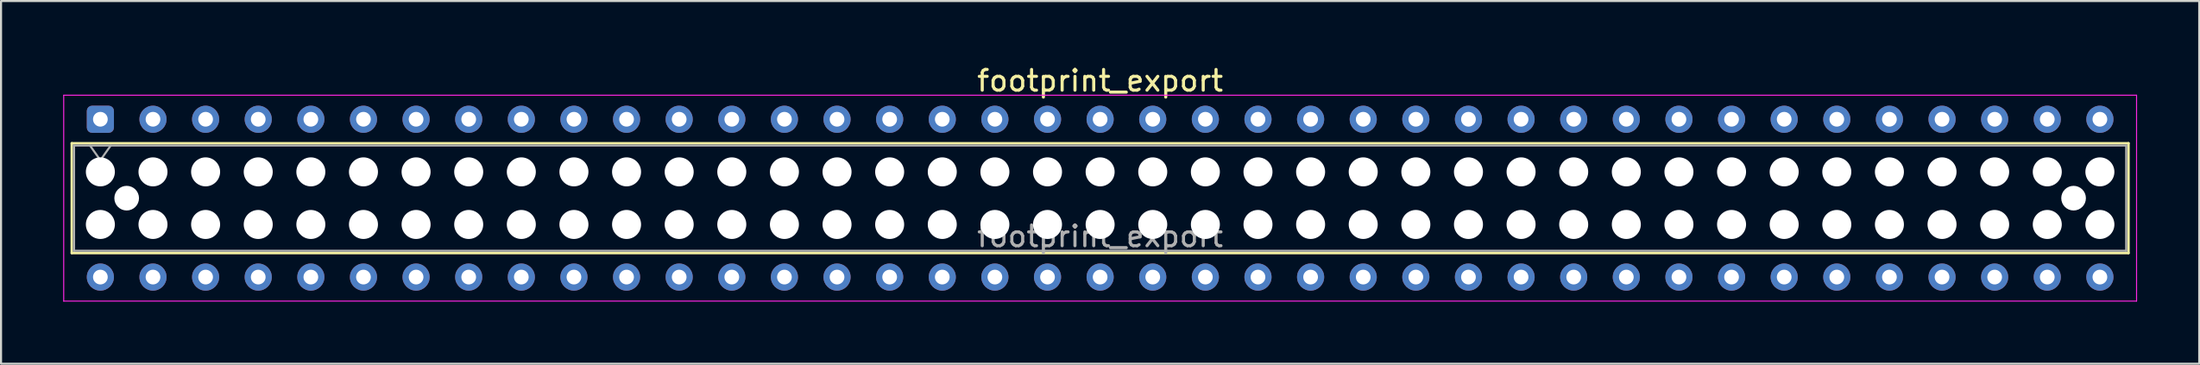
<source format=kicad_pcb>
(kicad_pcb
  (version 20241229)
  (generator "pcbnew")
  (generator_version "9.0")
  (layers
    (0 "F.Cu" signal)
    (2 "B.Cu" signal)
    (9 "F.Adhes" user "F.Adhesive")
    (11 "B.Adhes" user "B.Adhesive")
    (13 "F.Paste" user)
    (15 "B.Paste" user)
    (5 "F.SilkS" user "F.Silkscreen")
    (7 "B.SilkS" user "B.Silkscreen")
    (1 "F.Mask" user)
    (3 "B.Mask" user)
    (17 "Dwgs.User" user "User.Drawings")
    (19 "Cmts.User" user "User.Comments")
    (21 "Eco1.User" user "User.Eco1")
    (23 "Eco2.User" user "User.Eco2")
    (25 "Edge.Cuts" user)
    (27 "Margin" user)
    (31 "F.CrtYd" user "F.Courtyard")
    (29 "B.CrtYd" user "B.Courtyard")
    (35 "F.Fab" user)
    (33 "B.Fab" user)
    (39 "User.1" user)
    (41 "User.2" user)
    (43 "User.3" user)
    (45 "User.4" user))
  (footprint "footprint_export"
    (layer "F.Cu")
    (at 1.795 2.708)
    (property "Reference" "footprint_export" (at 48.26 -1.86 0) (layer "F.SilkS") (effects (font (size 1 1) (thickness 0.15))))
    (attr through_hole)
    (fp_line (start -1.38 1.16) (end 97.9 1.16) (stroke (width 0.12) (type solid)) (layer "F.SilkS"))
    (fp_line (start -1.38 6.46) (end -1.38 1.16) (stroke (width 0.12) (type solid)) (layer "F.SilkS"))
    (fp_line (start 97.9 1.16) (end 97.9 6.46) (stroke (width 0.12) (type solid)) (layer "F.SilkS"))
    (fp_line (start 97.9 6.46) (end -1.38 6.46) (stroke (width 0.12) (type solid)) (layer "F.SilkS"))
    (fp_line (start -1.77 -1.16) (end 98.29 -1.16) (stroke (width 0.05) (type solid)) (layer "F.CrtYd"))
    (fp_line (start -1.77 8.78) (end -1.77 -1.16) (stroke (width 0.05) (type solid)) (layer "F.CrtYd"))
    (fp_line (start 98.29 -1.16) (end 98.29 8.78) (stroke (width 0.05) (type solid)) (layer "F.CrtYd"))
    (fp_line (start 98.29 8.78) (end -1.77 8.78) (stroke (width 0.05) (type solid)) (layer "F.CrtYd"))
    (fp_line (start -1.27 1.27) (end 97.79 1.27) (stroke (width 0.1) (type solid)) (layer "F.Fab"))
    (fp_line (start -1.27 6.35) (end -1.27 1.27) (stroke (width 0.1) (type solid)) (layer "F.Fab"))
    (fp_line (start -0.5 1.27) (end 0 1.977) (stroke (width 0.1) (type solid)) (layer "F.Fab"))
    (fp_line (start 0 1.977) (end 0.5 1.27) (stroke (width 0.1) (type solid)) (layer "F.Fab"))
    (fp_line (start 97.79 1.27) (end 97.79 6.35) (stroke (width 0.1) (type solid)) (layer "F.Fab"))
    (fp_line (start 97.79 6.35) (end -1.27 6.35) (stroke (width 0.1) (type solid)) (layer "F.Fab"))
    (fp_text user "${REFERENCE}" (at 48.26 5.65 0) (layer "F.Fab") (effects (font (size 1 1) (thickness 0.15))))
    (pad "" np_thru_hole circle (at 0 2.54) (size 1.4 1.4) (drill 1.4) (layers "*.Cu" "*.Mask"))
    (pad "" np_thru_hole circle (at 0 5.08) (size 1.4 1.4) (drill 1.4) (layers "*.Cu" "*.Mask"))
    (pad "" np_thru_hole circle (at 1.27 3.81) (size 1.19 1.19) (drill 1.19) (layers "*.Cu" "*.Mask"))
    (pad "" np_thru_hole circle (at 2.54 2.54) (size 1.4 1.4) (drill 1.4) (layers "*.Cu" "*.Mask"))
    (pad "" np_thru_hole circle (at 2.54 5.08) (size 1.4 1.4) (drill 1.4) (layers "*.Cu" "*.Mask"))
    (pad "" np_thru_hole circle (at 5.08 2.54) (size 1.4 1.4) (drill 1.4) (layers "*.Cu" "*.Mask"))
    (pad "" np_thru_hole circle (at 5.08 5.08) (size 1.4 1.4) (drill 1.4) (layers "*.Cu" "*.Mask"))
    (pad "" np_thru_hole circle (at 7.62 2.54) (size 1.4 1.4) (drill 1.4) (layers "*.Cu" "*.Mask"))
    (pad "" np_thru_hole circle (at 7.62 5.08) (size 1.4 1.4) (drill 1.4) (layers "*.Cu" "*.Mask"))
    (pad "" np_thru_hole circle (at 10.16 2.54) (size 1.4 1.4) (drill 1.4) (layers "*.Cu" "*.Mask"))
    (pad "" np_thru_hole circle (at 10.16 5.08) (size 1.4 1.4) (drill 1.4) (layers "*.Cu" "*.Mask"))
    (pad "" np_thru_hole circle (at 12.7 2.54) (size 1.4 1.4) (drill 1.4) (layers "*.Cu" "*.Mask"))
    (pad "" np_thru_hole circle (at 12.7 5.08) (size 1.4 1.4) (drill 1.4) (layers "*.Cu" "*.Mask"))
    (pad "" np_thru_hole circle (at 15.24 2.54) (size 1.4 1.4) (drill 1.4) (layers "*.Cu" "*.Mask"))
    (pad "" np_thru_hole circle (at 15.24 5.08) (size 1.4 1.4) (drill 1.4) (layers "*.Cu" "*.Mask"))
    (pad "" np_thru_hole circle (at 17.78 2.54) (size 1.4 1.4) (drill 1.4) (layers "*.Cu" "*.Mask"))
    (pad "" np_thru_hole circle (at 17.78 5.08) (size 1.4 1.4) (drill 1.4) (layers "*.Cu" "*.Mask"))
    (pad "" np_thru_hole circle (at 20.32 2.54) (size 1.4 1.4) (drill 1.4) (layers "*.Cu" "*.Mask"))
    (pad "" np_thru_hole circle (at 20.32 5.08) (size 1.4 1.4) (drill 1.4) (layers "*.Cu" "*.Mask"))
    (pad "" np_thru_hole circle (at 22.86 2.54) (size 1.4 1.4) (drill 1.4) (layers "*.Cu" "*.Mask"))
    (pad "" np_thru_hole circle (at 22.86 5.08) (size 1.4 1.4) (drill 1.4) (layers "*.Cu" "*.Mask"))
    (pad "" np_thru_hole circle (at 25.4 2.54) (size 1.4 1.4) (drill 1.4) (layers "*.Cu" "*.Mask"))
    (pad "" np_thru_hole circle (at 25.4 5.08) (size 1.4 1.4) (drill 1.4) (layers "*.Cu" "*.Mask"))
    (pad "" np_thru_hole circle (at 27.94 2.54) (size 1.4 1.4) (drill 1.4) (layers "*.Cu" "*.Mask"))
    (pad "" np_thru_hole circle (at 27.94 5.08) (size 1.4 1.4) (drill 1.4) (layers "*.Cu" "*.Mask"))
    (pad "" np_thru_hole circle (at 30.48 2.54) (size 1.4 1.4) (drill 1.4) (layers "*.Cu" "*.Mask"))
    (pad "" np_thru_hole circle (at 30.48 5.08) (size 1.4 1.4) (drill 1.4) (layers "*.Cu" "*.Mask"))
    (pad "" np_thru_hole circle (at 33.02 2.54) (size 1.4 1.4) (drill 1.4) (layers "*.Cu" "*.Mask"))
    (pad "" np_thru_hole circle (at 33.02 5.08) (size 1.4 1.4) (drill 1.4) (layers "*.Cu" "*.Mask"))
    (pad "" np_thru_hole circle (at 35.56 2.54) (size 1.4 1.4) (drill 1.4) (layers "*.Cu" "*.Mask"))
    (pad "" np_thru_hole circle (at 35.56 5.08) (size 1.4 1.4) (drill 1.4) (layers "*.Cu" "*.Mask"))
    (pad "" np_thru_hole circle (at 38.1 2.54) (size 1.4 1.4) (drill 1.4) (layers "*.Cu" "*.Mask"))
    (pad "" np_thru_hole circle (at 38.1 5.08) (size 1.4 1.4) (drill 1.4) (layers "*.Cu" "*.Mask"))
    (pad "" np_thru_hole circle (at 40.64 2.54) (size 1.4 1.4) (drill 1.4) (layers "*.Cu" "*.Mask"))
    (pad "" np_thru_hole circle (at 40.64 5.08) (size 1.4 1.4) (drill 1.4) (layers "*.Cu" "*.Mask"))
    (pad "" np_thru_hole circle (at 43.18 2.54) (size 1.4 1.4) (drill 1.4) (layers "*.Cu" "*.Mask"))
    (pad "" np_thru_hole circle (at 43.18 5.08) (size 1.4 1.4) (drill 1.4) (layers "*.Cu" "*.Mask"))
    (pad "" np_thru_hole circle (at 45.72 2.54) (size 1.4 1.4) (drill 1.4) (layers "*.Cu" "*.Mask"))
    (pad "" np_thru_hole circle (at 45.72 5.08) (size 1.4 1.4) (drill 1.4) (layers "*.Cu" "*.Mask"))
    (pad "" np_thru_hole circle (at 48.26 2.54) (size 1.4 1.4) (drill 1.4) (layers "*.Cu" "*.Mask"))
    (pad "" np_thru_hole circle (at 48.26 5.08) (size 1.4 1.4) (drill 1.4) (layers "*.Cu" "*.Mask"))
    (pad "" np_thru_hole circle (at 50.8 2.54) (size 1.4 1.4) (drill 1.4) (layers "*.Cu" "*.Mask"))
    (pad "" np_thru_hole circle (at 50.8 5.08) (size 1.4 1.4) (drill 1.4) (layers "*.Cu" "*.Mask"))
    (pad "" np_thru_hole circle (at 53.34 2.54) (size 1.4 1.4) (drill 1.4) (layers "*.Cu" "*.Mask"))
    (pad "" np_thru_hole circle (at 53.34 5.08) (size 1.4 1.4) (drill 1.4) (layers "*.Cu" "*.Mask"))
    (pad "" np_thru_hole circle (at 55.88 2.54) (size 1.4 1.4) (drill 1.4) (layers "*.Cu" "*.Mask"))
    (pad "" np_thru_hole circle (at 55.88 5.08) (size 1.4 1.4) (drill 1.4) (layers "*.Cu" "*.Mask"))
    (pad "" np_thru_hole circle (at 58.42 2.54) (size 1.4 1.4) (drill 1.4) (layers "*.Cu" "*.Mask"))
    (pad "" np_thru_hole circle (at 58.42 5.08) (size 1.4 1.4) (drill 1.4) (layers "*.Cu" "*.Mask"))
    (pad "" np_thru_hole circle (at 60.96 2.54) (size 1.4 1.4) (drill 1.4) (layers "*.Cu" "*.Mask"))
    (pad "" np_thru_hole circle (at 60.96 5.08) (size 1.4 1.4) (drill 1.4) (layers "*.Cu" "*.Mask"))
    (pad "" np_thru_hole circle (at 63.5 2.54) (size 1.4 1.4) (drill 1.4) (layers "*.Cu" "*.Mask"))
    (pad "" np_thru_hole circle (at 63.5 5.08) (size 1.4 1.4) (drill 1.4) (layers "*.Cu" "*.Mask"))
    (pad "" np_thru_hole circle (at 66.04 2.54) (size 1.4 1.4) (drill 1.4) (layers "*.Cu" "*.Mask"))
    (pad "" np_thru_hole circle (at 66.04 5.08) (size 1.4 1.4) (drill 1.4) (layers "*.Cu" "*.Mask"))
    (pad "" np_thru_hole circle (at 68.58 2.54) (size 1.4 1.4) (drill 1.4) (layers "*.Cu" "*.Mask"))
    (pad "" np_thru_hole circle (at 68.58 5.08) (size 1.4 1.4) (drill 1.4) (layers "*.Cu" "*.Mask"))
    (pad "" np_thru_hole circle (at 71.12 2.54) (size 1.4 1.4) (drill 1.4) (layers "*.Cu" "*.Mask"))
    (pad "" np_thru_hole circle (at 71.12 5.08) (size 1.4 1.4) (drill 1.4) (layers "*.Cu" "*.Mask"))
    (pad "" np_thru_hole circle (at 73.66 2.54) (size 1.4 1.4) (drill 1.4) (layers "*.Cu" "*.Mask"))
    (pad "" np_thru_hole circle (at 73.66 5.08) (size 1.4 1.4) (drill 1.4) (layers "*.Cu" "*.Mask"))
    (pad "" np_thru_hole circle (at 76.2 2.54) (size 1.4 1.4) (drill 1.4) (layers "*.Cu" "*.Mask"))
    (pad "" np_thru_hole circle (at 76.2 5.08) (size 1.4 1.4) (drill 1.4) (layers "*.Cu" "*.Mask"))
    (pad "" np_thru_hole circle (at 78.74 2.54) (size 1.4 1.4) (drill 1.4) (layers "*.Cu" "*.Mask"))
    (pad "" np_thru_hole circle (at 78.74 5.08) (size 1.4 1.4) (drill 1.4) (layers "*.Cu" "*.Mask"))
    (pad "" np_thru_hole circle (at 81.28 2.54) (size 1.4 1.4) (drill 1.4) (layers "*.Cu" "*.Mask"))
    (pad "" np_thru_hole circle (at 81.28 5.08) (size 1.4 1.4) (drill 1.4) (layers "*.Cu" "*.Mask"))
    (pad "" np_thru_hole circle (at 83.82 2.54) (size 1.4 1.4) (drill 1.4) (layers "*.Cu" "*.Mask"))
    (pad "" np_thru_hole circle (at 83.82 5.08) (size 1.4 1.4) (drill 1.4) (layers "*.Cu" "*.Mask"))
    (pad "" np_thru_hole circle (at 86.36 2.54) (size 1.4 1.4) (drill 1.4) (layers "*.Cu" "*.Mask"))
    (pad "" np_thru_hole circle (at 86.36 5.08) (size 1.4 1.4) (drill 1.4) (layers "*.Cu" "*.Mask"))
    (pad "" np_thru_hole circle (at 88.9 2.54) (size 1.4 1.4) (drill 1.4) (layers "*.Cu" "*.Mask"))
    (pad "" np_thru_hole circle (at 88.9 5.08) (size 1.4 1.4) (drill 1.4) (layers "*.Cu" "*.Mask"))
    (pad "" np_thru_hole circle (at 91.44 2.54) (size 1.4 1.4) (drill 1.4) (layers "*.Cu" "*.Mask"))
    (pad "" np_thru_hole circle (at 91.44 5.08) (size 1.4 1.4) (drill 1.4) (layers "*.Cu" "*.Mask"))
    (pad "" np_thru_hole circle (at 93.98 2.54) (size 1.4 1.4) (drill 1.4) (layers "*.Cu" "*.Mask"))
    (pad "" np_thru_hole circle (at 93.98 5.08) (size 1.4 1.4) (drill 1.4) (layers "*.Cu" "*.Mask"))
    (pad "" np_thru_hole circle (at 95.25 3.81) (size 1.19 1.19) (drill 1.19) (layers "*.Cu" "*.Mask"))
    (pad "" np_thru_hole circle (at 96.52 2.54) (size 1.4 1.4) (drill 1.4) (layers "*.Cu" "*.Mask"))
    (pad "" np_thru_hole circle (at 96.52 5.08) (size 1.4 1.4) (drill 1.4) (layers "*.Cu" "*.Mask"))
    (pad "1" thru_hole roundrect (at 0 0) (size 1.31 1.31) (drill 0.71) (layers "*.Cu" "*.Mask") (roundrect_rratio 0.191))
    (pad "2" thru_hole circle (at 0 7.62) (size 1.31 1.31) (drill 0.71) (layers "*.Cu" "*.Mask"))
    (pad "3" thru_hole circle (at 2.54 0) (size 1.31 1.31) (drill 0.71) (layers "*.Cu" "*.Mask"))
    (pad "4" thru_hole circle (at 2.54 7.62) (size 1.31 1.31) (drill 0.71) (layers "*.Cu" "*.Mask"))
    (pad "5" thru_hole circle (at 5.08 0) (size 1.31 1.31) (drill 0.71) (layers "*.Cu" "*.Mask"))
    (pad "6" thru_hole circle (at 5.08 7.62) (size 1.31 1.31) (drill 0.71) (layers "*.Cu" "*.Mask"))
    (pad "7" thru_hole circle (at 7.62 0) (size 1.31 1.31) (drill 0.71) (layers "*.Cu" "*.Mask"))
    (pad "8" thru_hole circle (at 7.62 7.62) (size 1.31 1.31) (drill 0.71) (layers "*.Cu" "*.Mask"))
    (pad "9" thru_hole circle (at 10.16 0) (size 1.31 1.31) (drill 0.71) (layers "*.Cu" "*.Mask"))
    (pad "10" thru_hole circle (at 10.16 7.62) (size 1.31 1.31) (drill 0.71) (layers "*.Cu" "*.Mask"))
    (pad "11" thru_hole circle (at 12.7 0) (size 1.31 1.31) (drill 0.71) (layers "*.Cu" "*.Mask"))
    (pad "12" thru_hole circle (at 12.7 7.62) (size 1.31 1.31) (drill 0.71) (layers "*.Cu" "*.Mask"))
    (pad "13" thru_hole circle (at 15.24 0) (size 1.31 1.31) (drill 0.71) (layers "*.Cu" "*.Mask"))
    (pad "14" thru_hole circle (at 15.24 7.62) (size 1.31 1.31) (drill 0.71) (layers "*.Cu" "*.Mask"))
    (pad "15" thru_hole circle (at 17.78 0) (size 1.31 1.31) (drill 0.71) (layers "*.Cu" "*.Mask"))
    (pad "16" thru_hole circle (at 17.78 7.62) (size 1.31 1.31) (drill 0.71) (layers "*.Cu" "*.Mask"))
    (pad "17" thru_hole circle (at 20.32 0) (size 1.31 1.31) (drill 0.71) (layers "*.Cu" "*.Mask"))
    (pad "18" thru_hole circle (at 20.32 7.62) (size 1.31 1.31) (drill 0.71) (layers "*.Cu" "*.Mask"))
    (pad "19" thru_hole circle (at 22.86 0) (size 1.31 1.31) (drill 0.71) (layers "*.Cu" "*.Mask"))
    (pad "20" thru_hole circle (at 22.86 7.62) (size 1.31 1.31) (drill 0.71) (layers "*.Cu" "*.Mask"))
    (pad "21" thru_hole circle (at 25.4 0) (size 1.31 1.31) (drill 0.71) (layers "*.Cu" "*.Mask"))
    (pad "22" thru_hole circle (at 25.4 7.62) (size 1.31 1.31) (drill 0.71) (layers "*.Cu" "*.Mask"))
    (pad "23" thru_hole circle (at 27.94 0) (size 1.31 1.31) (drill 0.71) (layers "*.Cu" "*.Mask"))
    (pad "24" thru_hole circle (at 27.94 7.62) (size 1.31 1.31) (drill 0.71) (layers "*.Cu" "*.Mask"))
    (pad "25" thru_hole circle (at 30.48 0) (size 1.31 1.31) (drill 0.71) (layers "*.Cu" "*.Mask"))
    (pad "26" thru_hole circle (at 30.48 7.62) (size 1.31 1.31) (drill 0.71) (layers "*.Cu" "*.Mask"))
    (pad "27" thru_hole circle (at 33.02 0) (size 1.31 1.31) (drill 0.71) (layers "*.Cu" "*.Mask"))
    (pad "28" thru_hole circle (at 33.02 7.62) (size 1.31 1.31) (drill 0.71) (layers "*.Cu" "*.Mask"))
    (pad "29" thru_hole circle (at 35.56 0) (size 1.31 1.31) (drill 0.71) (layers "*.Cu" "*.Mask"))
    (pad "30" thru_hole circle (at 35.56 7.62) (size 1.31 1.31) (drill 0.71) (layers "*.Cu" "*.Mask"))
    (pad "31" thru_hole circle (at 38.1 0) (size 1.31 1.31) (drill 0.71) (layers "*.Cu" "*.Mask"))
    (pad "32" thru_hole circle (at 38.1 7.62) (size 1.31 1.31) (drill 0.71) (layers "*.Cu" "*.Mask"))
    (pad "33" thru_hole circle (at 40.64 0) (size 1.31 1.31) (drill 0.71) (layers "*.Cu" "*.Mask"))
    (pad "34" thru_hole circle (at 40.64 7.62) (size 1.31 1.31) (drill 0.71) (layers "*.Cu" "*.Mask"))
    (pad "35" thru_hole circle (at 43.18 0) (size 1.31 1.31) (drill 0.71) (layers "*.Cu" "*.Mask"))
    (pad "36" thru_hole circle (at 43.18 7.62) (size 1.31 1.31) (drill 0.71) (layers "*.Cu" "*.Mask"))
    (pad "37" thru_hole circle (at 45.72 0) (size 1.31 1.31) (drill 0.71) (layers "*.Cu" "*.Mask"))
    (pad "38" thru_hole circle (at 45.72 7.62) (size 1.31 1.31) (drill 0.71) (layers "*.Cu" "*.Mask"))
    (pad "39" thru_hole circle (at 48.26 0) (size 1.31 1.31) (drill 0.71) (layers "*.Cu" "*.Mask"))
    (pad "40" thru_hole circle (at 48.26 7.62) (size 1.31 1.31) (drill 0.71) (layers "*.Cu" "*.Mask"))
    (pad "41" thru_hole circle (at 50.8 0) (size 1.31 1.31) (drill 0.71) (layers "*.Cu" "*.Mask"))
    (pad "42" thru_hole circle (at 50.8 7.62) (size 1.31 1.31) (drill 0.71) (layers "*.Cu" "*.Mask"))
    (pad "43" thru_hole circle (at 53.34 0) (size 1.31 1.31) (drill 0.71) (layers "*.Cu" "*.Mask"))
    (pad "44" thru_hole circle (at 53.34 7.62) (size 1.31 1.31) (drill 0.71) (layers "*.Cu" "*.Mask"))
    (pad "45" thru_hole circle (at 55.88 0) (size 1.31 1.31) (drill 0.71) (layers "*.Cu" "*.Mask"))
    (pad "46" thru_hole circle (at 55.88 7.62) (size 1.31 1.31) (drill 0.71) (layers "*.Cu" "*.Mask"))
    (pad "47" thru_hole circle (at 58.42 0) (size 1.31 1.31) (drill 0.71) (layers "*.Cu" "*.Mask"))
    (pad "48" thru_hole circle (at 58.42 7.62) (size 1.31 1.31) (drill 0.71) (layers "*.Cu" "*.Mask"))
    (pad "49" thru_hole circle (at 60.96 0) (size 1.31 1.31) (drill 0.71) (layers "*.Cu" "*.Mask"))
    (pad "50" thru_hole circle (at 60.96 7.62) (size 1.31 1.31) (drill 0.71) (layers "*.Cu" "*.Mask"))
    (pad "51" thru_hole circle (at 63.5 0) (size 1.31 1.31) (drill 0.71) (layers "*.Cu" "*.Mask"))
    (pad "52" thru_hole circle (at 63.5 7.62) (size 1.31 1.31) (drill 0.71) (layers "*.Cu" "*.Mask"))
    (pad "53" thru_hole circle (at 66.04 0) (size 1.31 1.31) (drill 0.71) (layers "*.Cu" "*.Mask"))
    (pad "54" thru_hole circle (at 66.04 7.62) (size 1.31 1.31) (drill 0.71) (layers "*.Cu" "*.Mask"))
    (pad "55" thru_hole circle (at 68.58 0) (size 1.31 1.31) (drill 0.71) (layers "*.Cu" "*.Mask"))
    (pad "56" thru_hole circle (at 68.58 7.62) (size 1.31 1.31) (drill 0.71) (layers "*.Cu" "*.Mask"))
    (pad "57" thru_hole circle (at 71.12 0) (size 1.31 1.31) (drill 0.71) (layers "*.Cu" "*.Mask"))
    (pad "58" thru_hole circle (at 71.12 7.62) (size 1.31 1.31) (drill 0.71) (layers "*.Cu" "*.Mask"))
    (pad "59" thru_hole circle (at 73.66 0) (size 1.31 1.31) (drill 0.71) (layers "*.Cu" "*.Mask"))
    (pad "60" thru_hole circle (at 73.66 7.62) (size 1.31 1.31) (drill 0.71) (layers "*.Cu" "*.Mask"))
    (pad "61" thru_hole circle (at 76.2 0) (size 1.31 1.31) (drill 0.71) (layers "*.Cu" "*.Mask"))
    (pad "62" thru_hole circle (at 76.2 7.62) (size 1.31 1.31) (drill 0.71) (layers "*.Cu" "*.Mask"))
    (pad "63" thru_hole circle (at 78.74 0) (size 1.31 1.31) (drill 0.71) (layers "*.Cu" "*.Mask"))
    (pad "64" thru_hole circle (at 78.74 7.62) (size 1.31 1.31) (drill 0.71) (layers "*.Cu" "*.Mask"))
    (pad "65" thru_hole circle (at 81.28 0) (size 1.31 1.31) (drill 0.71) (layers "*.Cu" "*.Mask"))
    (pad "66" thru_hole circle (at 81.28 7.62) (size 1.31 1.31) (drill 0.71) (layers "*.Cu" "*.Mask"))
    (pad "67" thru_hole circle (at 83.82 0) (size 1.31 1.31) (drill 0.71) (layers "*.Cu" "*.Mask"))
    (pad "68" thru_hole circle (at 83.82 7.62) (size 1.31 1.31) (drill 0.71) (layers "*.Cu" "*.Mask"))
    (pad "69" thru_hole circle (at 86.36 0) (size 1.31 1.31) (drill 0.71) (layers "*.Cu" "*.Mask"))
    (pad "70" thru_hole circle (at 86.36 7.62) (size 1.31 1.31) (drill 0.71) (layers "*.Cu" "*.Mask"))
    (pad "71" thru_hole circle (at 88.9 0) (size 1.31 1.31) (drill 0.71) (layers "*.Cu" "*.Mask"))
    (pad "72" thru_hole circle (at 88.9 7.62) (size 1.31 1.31) (drill 0.71) (layers "*.Cu" "*.Mask"))
    (pad "73" thru_hole circle (at 91.44 0) (size 1.31 1.31) (drill 0.71) (layers "*.Cu" "*.Mask"))
    (pad "74" thru_hole circle (at 91.44 7.62) (size 1.31 1.31) (drill 0.71) (layers "*.Cu" "*.Mask"))
    (pad "75" thru_hole circle (at 93.98 0) (size 1.31 1.31) (drill 0.71) (layers "*.Cu" "*.Mask"))
    (pad "76" thru_hole circle (at 93.98 7.62) (size 1.31 1.31) (drill 0.71) (layers "*.Cu" "*.Mask"))
    (pad "77" thru_hole circle (at 96.52 0) (size 1.31 1.31) (drill 0.71) (layers "*.Cu" "*.Mask"))
    (pad "78" thru_hole circle (at 96.52 7.62) (size 1.31 1.31) (drill 0.71) (layers "*.Cu" "*.Mask")))
  (gr_rect
    (start -3 -3)
    (end 103.11 14.513)
    (stroke (width 0.1) (type default))
    (fill no)
    (layer "Edge.Cuts")))
</source>
